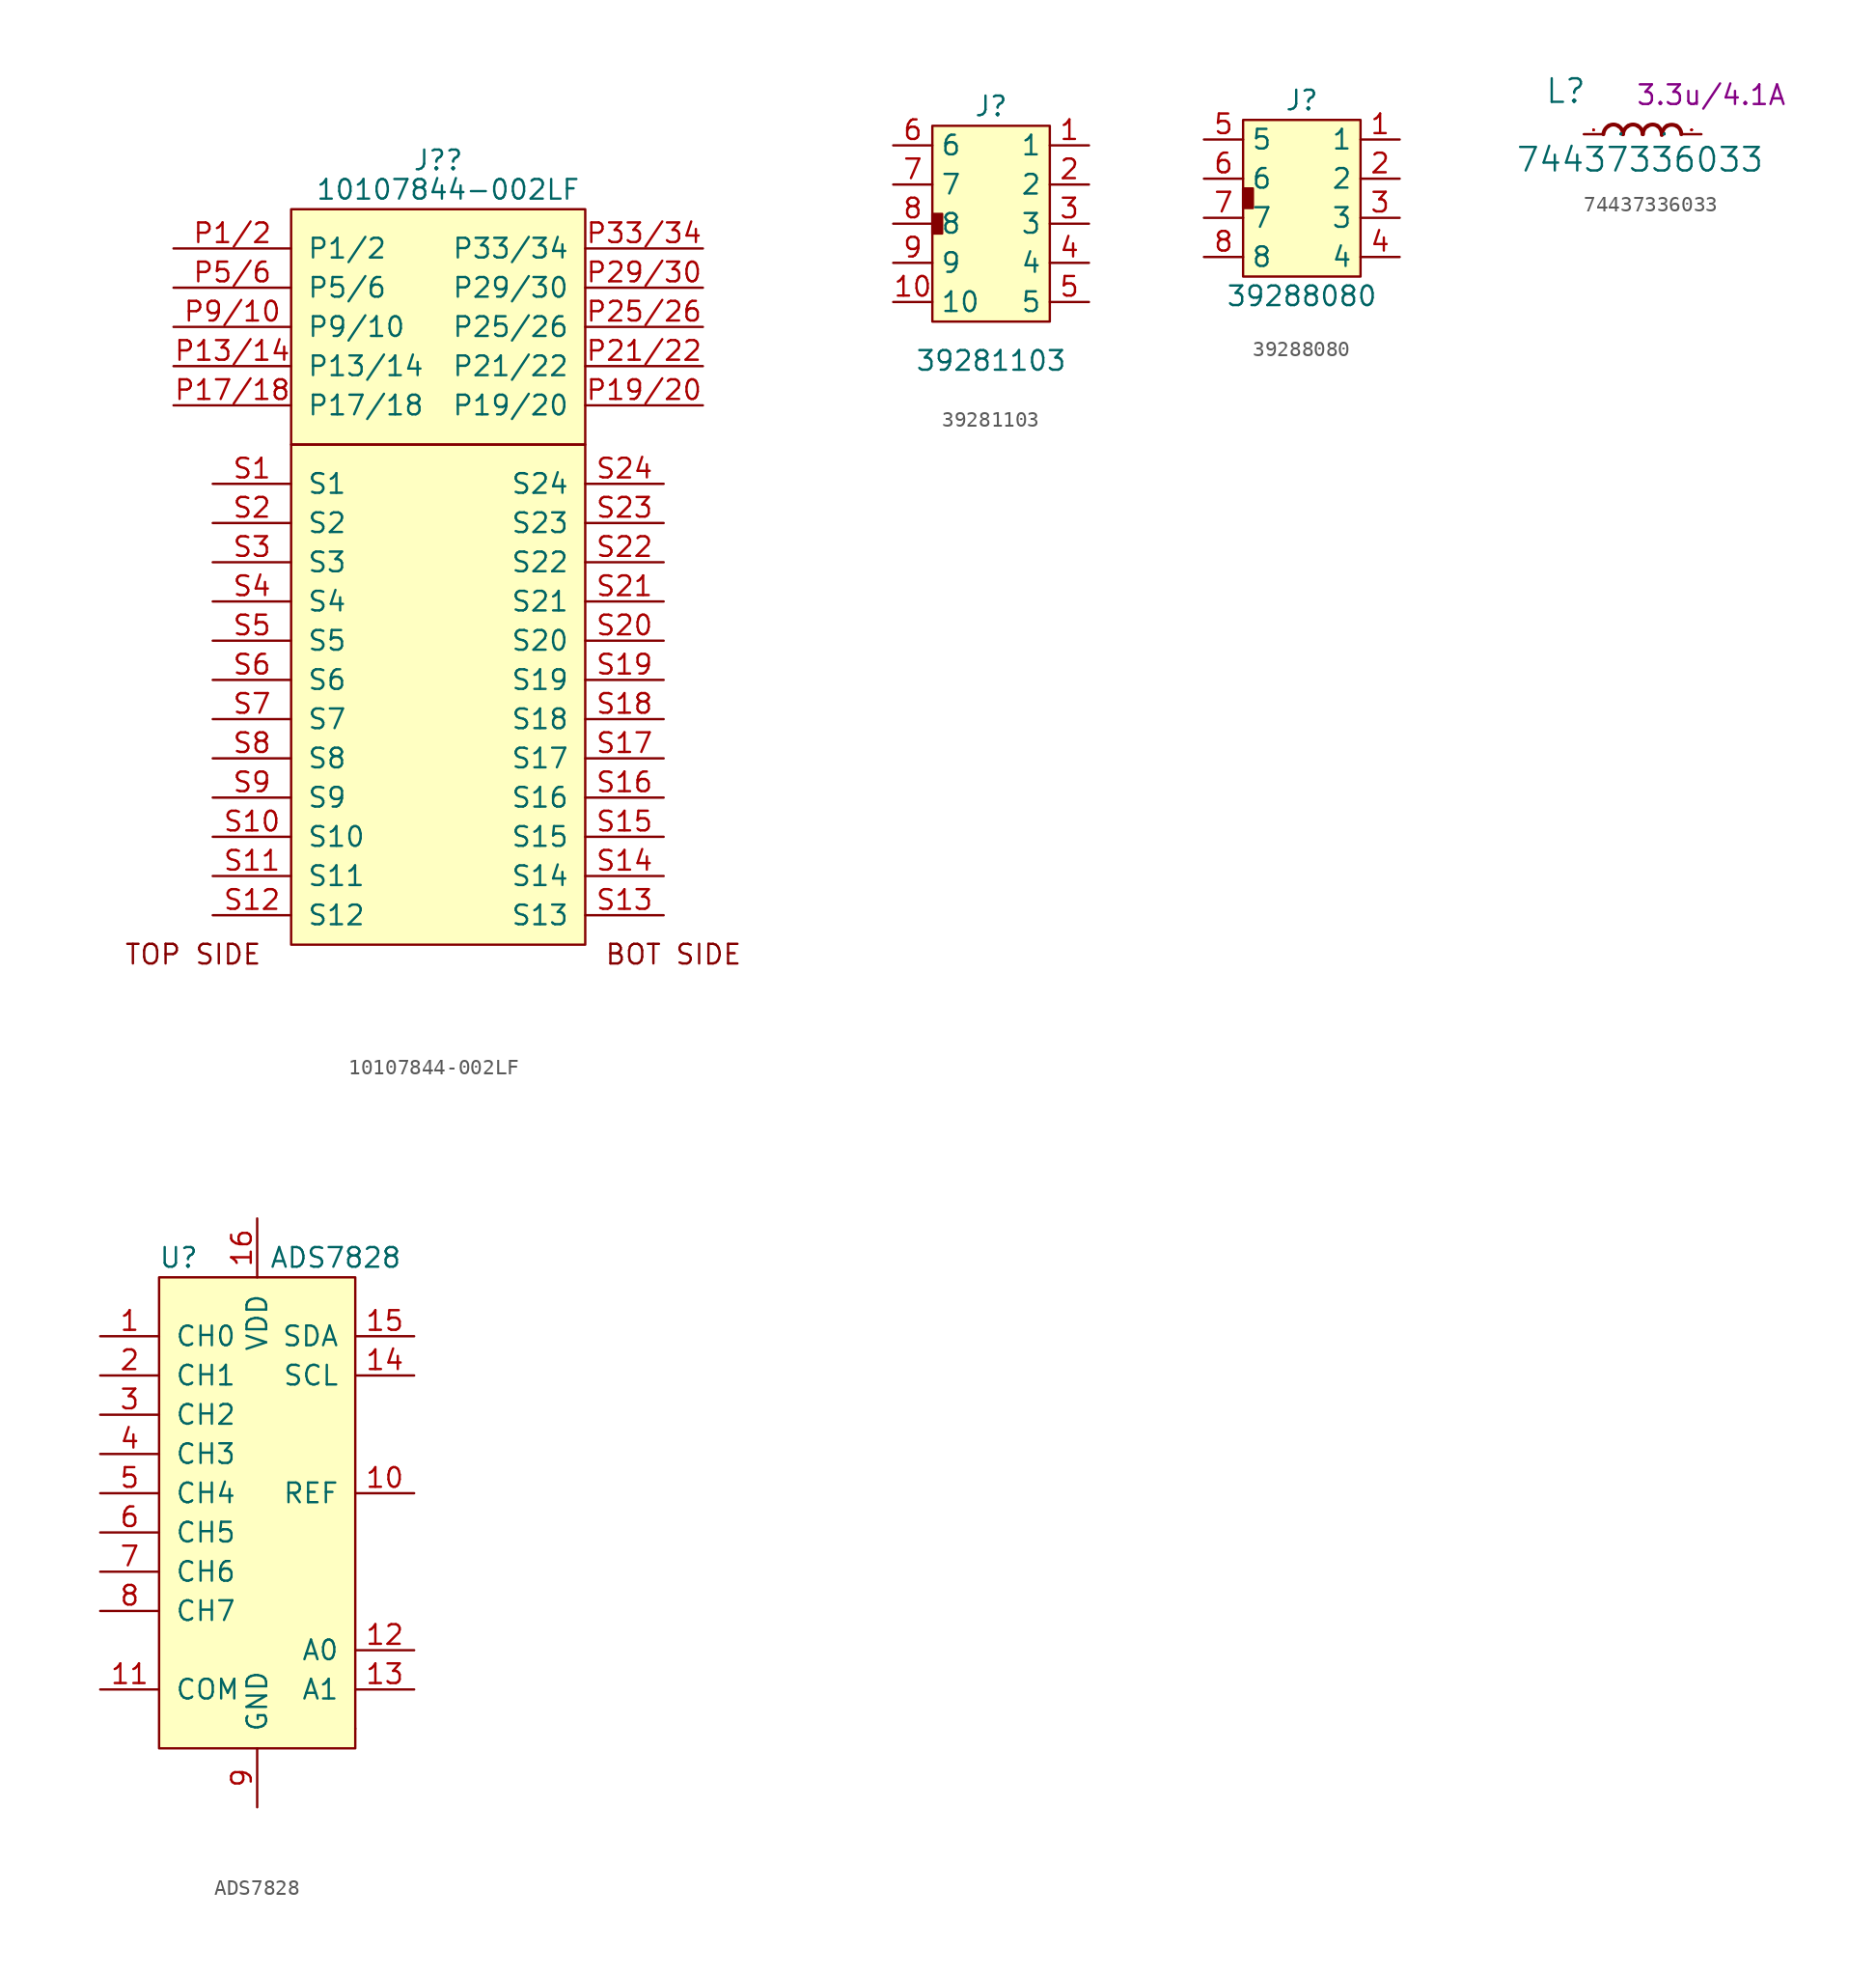
<source format=kicad_sym>
(kicad_symbol_lib
  (version 20211014)
  (generator kicad_symbol_editor)
  (symbol "10107844-002LF"
    (pin_names
      (offset 1.016))
    (property "Reference" "J?"
      (at 0 0 0)
      (effects (font (size 1.27 1.27))))
    (property "Value" "10107844-002LF"
      (at 0.635 -1.905 0)
      (effects (font (size 1.27 1.27))))
    (symbol "10107844-002LF_0_0"
      (text "BOT SIDE" (at 15.24 -51.435 0) (effects (font (size 1.27 1.27))))
      (text "TOP SIDE" (at -15.875 -51.435 0) (effects (font (size 1.27 1.27)))))
    (symbol "10107844-002LF_0_1"
      (rectangle (start -9.525 -18.415) (end 9.525 -50.8) (stroke (width 0) (type default) (color 0 0 0 0)) (fill (type background)))
      (rectangle (start -9.525 -3.175) (end 9.525 -18.415) (stroke (width 0) (type default) (color 0 0 0 0)) (fill (type background))))
    (symbol "10107844-002LF_1_1"
      (pin power_in line (at -17.145 -5.715 0) (length 7.62) (name "P1/2" (effects (font (size 1.27 1.27)))) (number "P1/2" (effects (font (size 1.27 1.27)))))
      (pin power_in line (at -17.145 -10.795 0) (length 7.62) hide (name "P11/12" (effects (font (size 1.27 1.27)))) (number "P11/12" (effects (font (size 1.27 1.27)))))
      (pin power_in line (at -17.145 -13.335 0) (length 7.62) (name "P13/14" (effects (font (size 1.27 1.27)))) (number "P13/14" (effects (font (size 1.27 1.27)))))
      (pin power_in line (at -17.145 -13.335 0) (length 7.62) hide (name "P15/16" (effects (font (size 1.27 1.27)))) (number "P15/16" (effects (font (size 1.27 1.27)))))
      (pin power_in line (at -17.145 -15.875 0) (length 7.62) (name "P17/18" (effects (font (size 1.27 1.27)))) (number "P17/18" (effects (font (size 1.27 1.27)))))
      (pin power_in line (at 17.145 -15.875 180) (length 7.62) (name "P19/20" (effects (font (size 1.27 1.27)))) (number "P19/20" (effects (font (size 1.27 1.27)))))
      (pin power_in line (at 17.145 -13.335 180) (length 7.62) (name "P21/22" (effects (font (size 1.27 1.27)))) (number "P21/22" (effects (font (size 1.27 1.27)))))
      (pin power_in line (at 17.145 -13.335 180) (length 7.62) hide (name "P23/24" (effects (font (size 1.27 1.27)))) (number "P23/24" (effects (font (size 1.27 1.27)))))
      (pin power_in line (at 17.145 -10.795 180) (length 7.62) (name "P25/26" (effects (font (size 1.27 1.27)))) (number "P25/26" (effects (font (size 1.27 1.27)))))
      (pin power_in line (at 17.145 -10.795 180) (length 7.62) hide (name "P27/28" (effects (font (size 1.27 1.27)))) (number "P27/28" (effects (font (size 1.27 1.27)))))
      (pin power_in line (at 17.145 -8.255 180) (length 7.62) (name "P29/30" (effects (font (size 1.27 1.27)))) (number "P29/30" (effects (font (size 1.27 1.27)))))
      (pin power_in line (at -17.145 -5.715 0) (length 7.62) hide (name "P3/4" (effects (font (size 1.27 1.27)))) (number "P3/4" (effects (font (size 1.27 1.27)))))
      (pin power_in line (at 17.145 -8.255 180) (length 7.62) hide (name "P31/32" (effects (font (size 1.27 1.27)))) (number "P31/32" (effects (font (size 1.27 1.27)))))
      (pin power_in line (at 17.145 -5.715 180) (length 7.62) (name "P33/34" (effects (font (size 1.27 1.27)))) (number "P33/34" (effects (font (size 1.27 1.27)))))
      (pin power_in line (at 17.145 -5.715 180) (length 7.62) hide (name "P35/36" (effects (font (size 1.27 1.27)))) (number "P35/36" (effects (font (size 1.27 1.27)))))
      (pin power_in line (at -17.145 -8.255 0) (length 7.62) (name "P5/6" (effects (font (size 1.27 1.27)))) (number "P5/6" (effects (font (size 1.27 1.27)))))
      (pin power_in line (at -17.145 -8.255 0) (length 7.62) hide (name "P7/8" (effects (font (size 1.27 1.27)))) (number "P7/8" (effects (font (size 1.27 1.27)))))
      (pin power_in line (at -17.145 -10.795 0) (length 7.62) (name "P9/10" (effects (font (size 1.27 1.27)))) (number "P9/10" (effects (font (size 1.27 1.27)))))
      (pin power_in line (at -14.605 -20.955 0) (length 5.08) (name "S1" (effects (font (size 1.27 1.27)))) (number "S1" (effects (font (size 1.27 1.27)))))
      (pin power_in line (at -14.605 -43.815 0) (length 5.08) (name "S10" (effects (font (size 1.27 1.27)))) (number "S10" (effects (font (size 1.27 1.27)))))
      (pin power_in line (at -14.605 -46.355 0) (length 5.08) (name "S11" (effects (font (size 1.27 1.27)))) (number "S11" (effects (font (size 1.27 1.27)))))
      (pin power_in line (at -14.605 -48.895 0) (length 5.08) (name "S12" (effects (font (size 1.27 1.27)))) (number "S12" (effects (font (size 1.27 1.27)))))
      (pin power_in line (at 14.605 -48.895 180) (length 5.08) (name "S13" (effects (font (size 1.27 1.27)))) (number "S13" (effects (font (size 1.27 1.27)))))
      (pin power_in line (at 14.605 -46.355 180) (length 5.08) (name "S14" (effects (font (size 1.27 1.27)))) (number "S14" (effects (font (size 1.27 1.27)))))
      (pin power_in line (at 14.605 -43.815 180) (length 5.08) (name "S15" (effects (font (size 1.27 1.27)))) (number "S15" (effects (font (size 1.27 1.27)))))
      (pin power_in line (at 14.605 -41.275 180) (length 5.08) (name "S16" (effects (font (size 1.27 1.27)))) (number "S16" (effects (font (size 1.27 1.27)))))
      (pin power_in line (at 14.605 -38.735 180) (length 5.08) (name "S17" (effects (font (size 1.27 1.27)))) (number "S17" (effects (font (size 1.27 1.27)))))
      (pin power_in line (at 14.605 -36.195 180) (length 5.08) (name "S18" (effects (font (size 1.27 1.27)))) (number "S18" (effects (font (size 1.27 1.27)))))
      (pin power_in line (at 14.605 -33.655 180) (length 5.08) (name "S19" (effects (font (size 1.27 1.27)))) (number "S19" (effects (font (size 1.27 1.27)))))
      (pin power_in line (at -14.605 -23.495 0) (length 5.08) (name "S2" (effects (font (size 1.27 1.27)))) (number "S2" (effects (font (size 1.27 1.27)))))
      (pin power_in line (at 14.605 -31.115 180) (length 5.08) (name "S20" (effects (font (size 1.27 1.27)))) (number "S20" (effects (font (size 1.27 1.27)))))
      (pin power_in line (at 14.605 -28.575 180) (length 5.08) (name "S21" (effects (font (size 1.27 1.27)))) (number "S21" (effects (font (size 1.27 1.27)))))
      (pin power_in line (at 14.605 -26.035 180) (length 5.08) (name "S22" (effects (font (size 1.27 1.27)))) (number "S22" (effects (font (size 1.27 1.27)))))
      (pin power_in line (at 14.605 -23.495 180) (length 5.08) (name "S23" (effects (font (size 1.27 1.27)))) (number "S23" (effects (font (size 1.27 1.27)))))
      (pin power_in line (at 14.605 -20.955 180) (length 5.08) (name "S24" (effects (font (size 1.27 1.27)))) (number "S24" (effects (font (size 1.27 1.27)))))
      (pin power_in line (at -14.605 -26.035 0) (length 5.08) (name "S3" (effects (font (size 1.27 1.27)))) (number "S3" (effects (font (size 1.27 1.27)))))
      (pin power_in line (at -14.605 -28.575 0) (length 5.08) (name "S4" (effects (font (size 1.27 1.27)))) (number "S4" (effects (font (size 1.27 1.27)))))
      (pin power_in line (at -14.605 -31.115 0) (length 5.08) (name "S5" (effects (font (size 1.27 1.27)))) (number "S5" (effects (font (size 1.27 1.27)))))
      (pin power_in line (at -14.605 -33.655 0) (length 5.08) (name "S6" (effects (font (size 1.27 1.27)))) (number "S6" (effects (font (size 1.27 1.27)))))
      (pin power_in line (at -14.605 -36.195 0) (length 5.08) (name "S7" (effects (font (size 1.27 1.27)))) (number "S7" (effects (font (size 1.27 1.27)))))
      (pin power_in line (at -14.605 -38.735 0) (length 5.08) (name "S8" (effects (font (size 1.27 1.27)))) (number "S8" (effects (font (size 1.27 1.27)))))
      (pin power_in line (at -14.605 -41.275 0) (length 5.08) (name "S9" (effects (font (size 1.27 1.27)))) (number "S9" (effects (font (size 1.27 1.27)))))))
  (symbol "39281103"
    (property "Reference" "J"
      (at 0 6.35 0)
      (effects (font (size 1.27 1.27))))
    (property "Value" "39281103"
      (at 0 -10.16 0)
      (effects (font (size 1.27 1.27))))
    (symbol "39281103_0_1"
      (rectangle (start -3.81 -0.635) (end -3.175 -1.905) (stroke (width 0) (type default) (color 0 0 0 0)) (fill (type outline)))
      (rectangle (start -3.81 5.08) (end 3.81 -7.62) (stroke (width 0) (type default) (color 0 0 0 0)) (fill (type background))))
    (symbol "39281103_1_1"
      (pin bidirectional line (at 6.35 3.81 180) (length 2.54) (name "1" (effects (font (size 1.27 1.27)))) (number "1" (effects (font (size 1.27 1.27)))))
      (pin bidirectional line (at -6.35 -6.35 0) (length 2.54) (name "10" (effects (font (size 1.27 1.27)))) (number "10" (effects (font (size 1.27 1.27)))))
      (pin bidirectional line (at 6.35 1.27 180) (length 2.54) (name "2" (effects (font (size 1.27 1.27)))) (number "2" (effects (font (size 1.27 1.27)))))
      (pin bidirectional line (at 6.35 -1.27 180) (length 2.54) (name "3" (effects (font (size 1.27 1.27)))) (number "3" (effects (font (size 1.27 1.27)))))
      (pin bidirectional line (at 6.35 -3.81 180) (length 2.54) (name "4" (effects (font (size 1.27 1.27)))) (number "4" (effects (font (size 1.27 1.27)))))
      (pin bidirectional line (at 6.35 -6.35 180) (length 2.54) (name "5" (effects (font (size 1.27 1.27)))) (number "5" (effects (font (size 1.27 1.27)))))
      (pin bidirectional line (at -6.35 3.81 0) (length 2.54) (name "6" (effects (font (size 1.27 1.27)))) (number "6" (effects (font (size 1.27 1.27)))))
      (pin bidirectional line (at -6.35 1.27 0) (length 2.54) (name "7" (effects (font (size 1.27 1.27)))) (number "7" (effects (font (size 1.27 1.27)))))
      (pin bidirectional line (at -6.35 -1.27 0) (length 2.54) (name "8" (effects (font (size 1.27 1.27)))) (number "8" (effects (font (size 1.27 1.27)))))
      (pin bidirectional line (at -6.35 -3.81 0) (length 2.54) (name "9" (effects (font (size 1.27 1.27)))) (number "9" (effects (font (size 1.27 1.27)))))))
  (symbol "39288080"
    (property "Reference" "J"
      (at 0 6.35 0)
      (effects (font (size 1.27 1.27))))
    (property "Value" "39288080"
      (at 0 -6.35 0)
      (effects (font (size 1.27 1.27))))
    (symbol "39288080_0_1"
      (rectangle (start -3.81 0.635) (end -3.175 -0.635) (stroke (width 0) (type default) (color 0 0 0 0)) (fill (type outline)))
      (rectangle (start -3.81 5.08) (end 3.81 -5.08) (stroke (width 0) (type default) (color 0 0 0 0)) (fill (type background))))
    (symbol "39288080_1_1"
      (pin bidirectional line (at 6.35 3.81 180) (length 2.54) (name "1" (effects (font (size 1.27 1.27)))) (number "1" (effects (font (size 1.27 1.27)))))
      (pin bidirectional line (at 6.35 1.27 180) (length 2.54) (name "2" (effects (font (size 1.27 1.27)))) (number "2" (effects (font (size 1.27 1.27)))))
      (pin bidirectional line (at 6.35 -1.27 180) (length 2.54) (name "3" (effects (font (size 1.27 1.27)))) (number "3" (effects (font (size 1.27 1.27)))))
      (pin bidirectional line (at 6.35 -3.81 180) (length 2.54) (name "4" (effects (font (size 1.27 1.27)))) (number "4" (effects (font (size 1.27 1.27)))))
      (pin bidirectional line (at -6.35 3.81 0) (length 2.54) (name "5" (effects (font (size 1.27 1.27)))) (number "5" (effects (font (size 1.27 1.27)))))
      (pin bidirectional line (at -6.35 1.27 0) (length 2.54) (name "6" (effects (font (size 1.27 1.27)))) (number "6" (effects (font (size 1.27 1.27)))))
      (pin bidirectional line (at -6.35 -1.27 0) (length 2.54) (name "7" (effects (font (size 1.27 1.27)))) (number "7" (effects (font (size 1.27 1.27)))))
      (pin bidirectional line (at -6.35 -3.81 0) (length 2.54) (name "8" (effects (font (size 1.27 1.27)))) (number "8" (effects (font (size 1.27 1.27)))))))
  (symbol "74437336033"
    (pin_names
      (offset 1.016))
    (property "Reference" "L"
      (at -6.35 1.905 0)
      (effects (font (size 1.524 1.524)) (justify left bottom)))
    (property "Value" "74437336033"
      (at -8.255 -2.54 0)
      (effects (font (size 1.524 1.524)) (justify left bottom)))
    (property "Val" "3.3u/4.1A"
      (at 4.445 2.54 0)
      (effects (font (size 1.27 1.27))))
    (symbol "74437336033_0_1"
      (pin passive line (at -3.81 0 0) (length 1.27) (name "P" (effects (font (size 0.025 0.025)))) (number "1" (effects (font (size 0.025 0.025)))))
      (pin passive line (at 3.81 0 180) (length 1.27) (name "P" (effects (font (size 0.025 0.025)))) (number "2" (effects (font (size 0.025 0.025))))))
    (symbol "74437336033_1_1"
      (arc (start -2.2098 0.5334) (mid -2.4364 0.3084) (end -2.54 0) (stroke (width 0.254) (type default) (color 0 0 0 0)) (fill (type none)))
      (arc (start -1.5748 0.5334) (mid -1.894 0.6272) (end -2.2098 0.5334) (stroke (width 0.254) (type default) (color 0 0 0 0)) (fill (type none)))
      (arc (start -1.27 0) (mid -1.3503 0.309) (end -1.5748 0.5334) (stroke (width 0.254) (type default) (color 0 0 0 0)) (fill (type none)))
      (arc (start -0.9398 0.5334) (mid -1.1664 0.3084) (end -1.27 0) (stroke (width 0.254) (type default) (color 0 0 0 0)) (fill (type none)))
      (arc (start -0.3048 0.5334) (mid -0.624 0.6272) (end -0.9398 0.5334) (stroke (width 0.254) (type default) (color 0 0 0 0)) (fill (type none)))
      (arc (start 0 0) (mid -0.0803 0.309) (end -0.3048 0.5334) (stroke (width 0.254) (type default) (color 0 0 0 0)) (fill (type none)))
      (arc (start 0.3302 0.5334) (mid 0.1036 0.3084) (end 0.0254 0) (stroke (width 0.254) (type default) (color 0 0 0 0)) (fill (type none)))
      (arc (start 0.9652 0.5334) (mid 0.646 0.6272) (end 0.3302 0.5334) (stroke (width 0.254) (type default) (color 0 0 0 0)) (fill (type none)))
      (arc (start 1.2446 -0.0508) (mid 1.1813 0.2752) (end 0.9652 0.5334) (stroke (width 0.254) (type default) (color 0 0 0 0)) (fill (type none)))
      (arc (start 1.5748 0.5334) (mid 1.357 0.3053) (end 1.27 0) (stroke (width 0.254) (type default) (color 0 0 0 0)) (fill (type none)))
      (arc (start 2.2098 0.5334) (mid 1.8942 0.6142) (end 1.5748 0.5334) (stroke (width 0.254) (type default) (color 0 0 0 0)) (fill (type none)))
      (arc (start 2.5146 0) (mid 2.4322 0.306) (end 2.2098 0.5334) (stroke (width 0.254) (type default) (color 0 0 0 0)) (fill (type none)))))
  (symbol "ADS7828"
    (pin_names
      (offset 1.016))
    (property "Reference" "U"
      (at -5.08 15.24 0)
      (effects (font (size 1.27 1.27))))
    (property "Value" "ADS7828"
      (at 5.08 15.24 0)
      (effects (font (size 1.27 1.27))))
    (symbol "ADS7828_0_1"
      (rectangle (start -6.35 13.97) (end 6.35 -16.51) (stroke (width 0) (type default) (color 0 0 0 0)) (fill (type background)))
      (rectangle (start 6.35 -15.24) (end 6.35 -15.24) (stroke (width 0) (type default) (color 0 0 0 0)) (fill (type none))))
    (symbol "ADS7828_1_1"
      (pin input line (at -10.16 10.16 0) (length 3.81) (name "CH0" (effects (font (size 1.27 1.27)))) (number "1" (effects (font (size 1.27 1.27)))))
      (pin bidirectional line (at 10.16 0 180) (length 3.81) (name "REF" (effects (font (size 1.27 1.27)))) (number "10" (effects (font (size 1.27 1.27)))))
      (pin input line (at -10.16 -12.7 0) (length 3.81) (name "COM" (effects (font (size 1.27 1.27)))) (number "11" (effects (font (size 1.27 1.27)))))
      (pin input line (at 10.16 -10.16 180) (length 3.81) (name "A0" (effects (font (size 1.27 1.27)))) (number "12" (effects (font (size 1.27 1.27)))))
      (pin input line (at 10.16 -12.7 180) (length 3.81) (name "A1" (effects (font (size 1.27 1.27)))) (number "13" (effects (font (size 1.27 1.27)))))
      (pin input line (at 10.16 7.62 180) (length 3.81) (name "SCL" (effects (font (size 1.27 1.27)))) (number "14" (effects (font (size 1.27 1.27)))))
      (pin bidirectional line (at 10.16 10.16 180) (length 3.81) (name "SDA" (effects (font (size 1.27 1.27)))) (number "15" (effects (font (size 1.27 1.27)))))
      (pin power_in line (at 0 17.78 270) (length 3.81) (name "VDD" (effects (font (size 1.27 1.27)))) (number "16" (effects (font (size 1.27 1.27)))))
      (pin input line (at -10.16 7.62 0) (length 3.81) (name "CH1" (effects (font (size 1.27 1.27)))) (number "2" (effects (font (size 1.27 1.27)))))
      (pin input line (at -10.16 5.08 0) (length 3.81) (name "CH2" (effects (font (size 1.27 1.27)))) (number "3" (effects (font (size 1.27 1.27)))))
      (pin input line (at -10.16 2.54 0) (length 3.81) (name "CH3" (effects (font (size 1.27 1.27)))) (number "4" (effects (font (size 1.27 1.27)))))
      (pin input line (at -10.16 0 0) (length 3.81) (name "CH4" (effects (font (size 1.27 1.27)))) (number "5" (effects (font (size 1.27 1.27)))))
      (pin input line (at -10.16 -2.54 0) (length 3.81) (name "CH5" (effects (font (size 1.27 1.27)))) (number "6" (effects (font (size 1.27 1.27)))))
      (pin input line (at -10.16 -5.08 0) (length 3.81) (name "CH6" (effects (font (size 1.27 1.27)))) (number "7" (effects (font (size 1.27 1.27)))))
      (pin input line (at -10.16 -7.62 0) (length 3.81) (name "CH7" (effects (font (size 1.27 1.27)))) (number "8" (effects (font (size 1.27 1.27)))))
      (pin power_in line (at 0 -20.32 90) (length 3.81) (name "GND" (effects (font (size 1.27 1.27)))) (number "9" (effects (font (size 1.27 1.27))))))))
</source>
